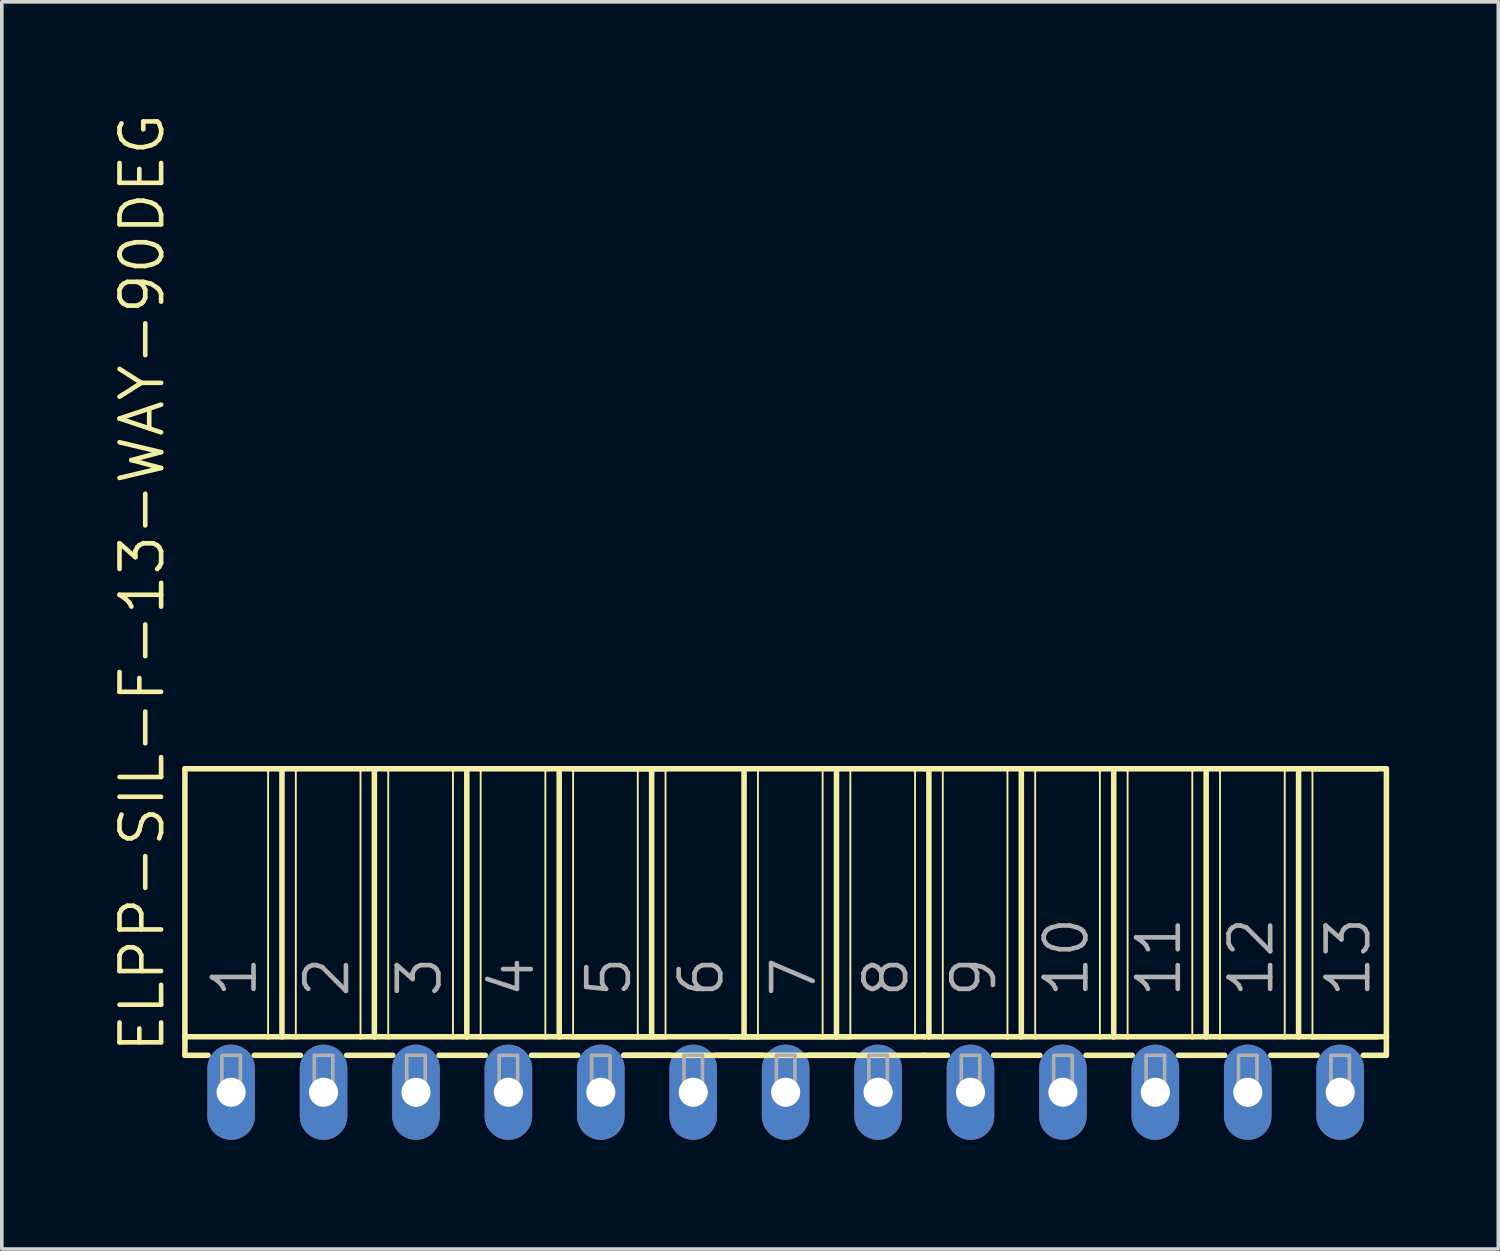
<source format=kicad_pcb>
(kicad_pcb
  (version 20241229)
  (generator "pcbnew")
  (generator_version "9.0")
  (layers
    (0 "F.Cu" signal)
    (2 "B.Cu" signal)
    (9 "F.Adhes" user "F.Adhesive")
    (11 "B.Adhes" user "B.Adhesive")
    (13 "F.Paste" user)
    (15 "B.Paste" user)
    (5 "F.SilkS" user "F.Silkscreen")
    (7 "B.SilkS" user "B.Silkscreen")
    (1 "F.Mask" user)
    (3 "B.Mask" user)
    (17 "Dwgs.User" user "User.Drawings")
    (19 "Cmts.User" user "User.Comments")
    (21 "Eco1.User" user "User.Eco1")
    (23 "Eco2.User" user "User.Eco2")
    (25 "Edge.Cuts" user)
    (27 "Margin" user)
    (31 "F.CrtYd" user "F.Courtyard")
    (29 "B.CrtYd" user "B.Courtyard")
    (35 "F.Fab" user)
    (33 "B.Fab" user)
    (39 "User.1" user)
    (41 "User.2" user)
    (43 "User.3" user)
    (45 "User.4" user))
  (footprint "ELPP-SIL-F-13-WAY-90DEG"
    (layer "F.Cu")
    (at 18.542 26.968)
    (property "Reference" "ELPP-SIL-F-13-WAY-90DEG" (at -17.018 -1.016 90) (unlocked yes) (layer "F.SilkS") (effects (font (size 1.143 1.143) (thickness 0.127)) (justify left bottom)))
    (fp_line (start -16.51 -8.89) (end -14.224 -8.89) (stroke (width 0.152) (type solid)) (layer "F.SilkS"))
    (fp_line (start -16.51 -1.524) (end -16.51 -8.89) (stroke (width 0.152) (type solid)) (layer "F.SilkS"))
    (fp_line (start -16.51 -1.524) (end -14.224 -1.524) (stroke (width 0.152) (type solid)) (layer "F.SilkS"))
    (fp_line (start -16.51 -1.016) (end -16.51 -1.524) (stroke (width 0.152) (type solid)) (layer "F.SilkS"))
    (fp_line (start -16.51 -1.016) (end -15.875 -1.016) (stroke (width 0.152) (type solid)) (layer "F.SilkS"))
    (fp_line (start -14.605 -1.016) (end -13.335 -1.016) (stroke (width 0.152) (type solid)) (layer "F.SilkS"))
    (fp_line (start -14.224 -8.89) (end -14.224 -1.524) (stroke (width 0.051) (type solid)) (layer "F.SilkS"))
    (fp_line (start -14.224 -8.89) (end -13.843 -8.89) (stroke (width 0.152) (type solid)) (layer "F.SilkS"))
    (fp_line (start -14.224 -1.524) (end -13.843 -1.524) (stroke (width 0.152) (type solid)) (layer "F.SilkS"))
    (fp_line (start -13.843 -8.89) (end -13.843 -1.524) (stroke (width 0.152) (type solid)) (layer "F.SilkS"))
    (fp_line (start -13.843 -8.89) (end -13.462 -8.89) (stroke (width 0.152) (type solid)) (layer "F.SilkS"))
    (fp_line (start -13.843 -1.524) (end -13.462 -1.524) (stroke (width 0.152) (type solid)) (layer "F.SilkS"))
    (fp_line (start -13.462 -8.89) (end -13.462 -1.524) (stroke (width 0.051) (type solid)) (layer "F.SilkS"))
    (fp_line (start -13.462 -8.89) (end -11.684 -8.89) (stroke (width 0.152) (type solid)) (layer "F.SilkS"))
    (fp_line (start -13.462 -1.524) (end -11.684 -1.524) (stroke (width 0.152) (type solid)) (layer "F.SilkS"))
    (fp_line (start -12.065 -1.016) (end -10.795 -1.016) (stroke (width 0.152) (type solid)) (layer "F.SilkS"))
    (fp_line (start -11.684 -8.89) (end -11.684 -1.524) (stroke (width 0.051) (type solid)) (layer "F.SilkS"))
    (fp_line (start -11.684 -8.89) (end -11.303 -8.89) (stroke (width 0.152) (type solid)) (layer "F.SilkS"))
    (fp_line (start -11.684 -1.524) (end -11.303 -1.524) (stroke (width 0.152) (type solid)) (layer "F.SilkS"))
    (fp_line (start -11.303 -8.89) (end -11.303 -1.524) (stroke (width 0.152) (type solid)) (layer "F.SilkS"))
    (fp_line (start -11.303 -8.89) (end -10.922 -8.89) (stroke (width 0.152) (type solid)) (layer "F.SilkS"))
    (fp_line (start -11.303 -1.524) (end -10.922 -1.524) (stroke (width 0.152) (type solid)) (layer "F.SilkS"))
    (fp_line (start -10.922 -8.89) (end -10.922 -1.524) (stroke (width 0.051) (type solid)) (layer "F.SilkS"))
    (fp_line (start -10.922 -8.89) (end -9.144 -8.89) (stroke (width 0.152) (type solid)) (layer "F.SilkS"))
    (fp_line (start -10.922 -1.524) (end -9.144 -1.524) (stroke (width 0.152) (type solid)) (layer "F.SilkS"))
    (fp_line (start -9.525 -1.016) (end -8.255 -1.016) (stroke (width 0.152) (type solid)) (layer "F.SilkS"))
    (fp_line (start -9.144 -8.89) (end -9.144 -1.524) (stroke (width 0.051) (type solid)) (layer "F.SilkS"))
    (fp_line (start -9.144 -8.89) (end -8.763 -8.89) (stroke (width 0.152) (type solid)) (layer "F.SilkS"))
    (fp_line (start -9.144 -1.524) (end -8.763 -1.524) (stroke (width 0.152) (type solid)) (layer "F.SilkS"))
    (fp_line (start -8.763 -8.89) (end -8.763 -1.524) (stroke (width 0.152) (type solid)) (layer "F.SilkS"))
    (fp_line (start -8.763 -8.89) (end -8.382 -8.89) (stroke (width 0.152) (type solid)) (layer "F.SilkS"))
    (fp_line (start -8.763 -1.524) (end -8.382 -1.524) (stroke (width 0.152) (type solid)) (layer "F.SilkS"))
    (fp_line (start -8.382 -8.89) (end -8.382 -1.524) (stroke (width 0.051) (type solid)) (layer "F.SilkS"))
    (fp_line (start -8.382 -8.89) (end -6.604 -8.89) (stroke (width 0.152) (type solid)) (layer "F.SilkS"))
    (fp_line (start -8.382 -1.524) (end -6.604 -1.524) (stroke (width 0.152) (type solid)) (layer "F.SilkS"))
    (fp_line (start -6.985 -1.016) (end -5.715 -1.016) (stroke (width 0.152) (type solid)) (layer "F.SilkS"))
    (fp_line (start -6.604 -8.89) (end -6.604 -1.524) (stroke (width 0.051) (type solid)) (layer "F.SilkS"))
    (fp_line (start -6.604 -8.89) (end -6.223 -8.89) (stroke (width 0.152) (type solid)) (layer "F.SilkS"))
    (fp_line (start -6.604 -1.524) (end -6.223 -1.524) (stroke (width 0.152) (type solid)) (layer "F.SilkS"))
    (fp_line (start -6.223 -8.89) (end -6.223 -1.524) (stroke (width 0.152) (type solid)) (layer "F.SilkS"))
    (fp_line (start -6.223 -8.89) (end -5.842 -8.89) (stroke (width 0.152) (type solid)) (layer "F.SilkS"))
    (fp_line (start -6.223 -1.524) (end -5.842 -1.524) (stroke (width 0.152) (type solid)) (layer "F.SilkS"))
    (fp_line (start -5.842 -8.89) (end -5.842 -1.524) (stroke (width 0.051) (type solid)) (layer "F.SilkS"))
    (fp_line (start -5.842 -8.89) (end -4.064 -8.89) (stroke (width 0.152) (type solid)) (layer "F.SilkS"))
    (fp_line (start -5.842 -8.89) (end 3.556 -8.89) (stroke (width 0.152) (type solid)) (layer "F.SilkS"))
    (fp_line (start -5.842 -1.524) (end -4.064 -1.524) (stroke (width 0.152) (type solid)) (layer "F.SilkS"))
    (fp_line (start -5.842 -1.524) (end 3.556 -1.524) (stroke (width 0.152) (type solid)) (layer "F.SilkS"))
    (fp_line (start -4.445 -1.016) (end -3.175 -1.016) (stroke (width 0.152) (type solid)) (layer "F.SilkS"))
    (fp_line (start -4.445 -1.016) (end 3.81 -1.016) (stroke (width 0.152) (type solid)) (layer "F.SilkS"))
    (fp_line (start -4.064 -8.89) (end -4.064 -1.524) (stroke (width 0.051) (type solid)) (layer "F.SilkS"))
    (fp_line (start -4.064 -8.89) (end -3.683 -8.89) (stroke (width 0.152) (type solid)) (layer "F.SilkS"))
    (fp_line (start -4.064 -1.524) (end -3.683 -1.524) (stroke (width 0.152) (type solid)) (layer "F.SilkS"))
    (fp_line (start -3.683 -8.89) (end -3.683 -1.524) (stroke (width 0.152) (type solid)) (layer "F.SilkS"))
    (fp_line (start -3.683 -8.89) (end -3.302 -8.89) (stroke (width 0.152) (type solid)) (layer "F.SilkS"))
    (fp_line (start -3.683 -1.524) (end -3.302 -1.524) (stroke (width 0.152) (type solid)) (layer "F.SilkS"))
    (fp_line (start -3.302 -8.89) (end -3.302 -1.524) (stroke (width 0.051) (type solid)) (layer "F.SilkS"))
    (fp_line (start -1.905 -1.016) (end -0.635 -1.016) (stroke (width 0.152) (type solid)) (layer "F.SilkS"))
    (fp_line (start -1.524 -1.524) (end -1.143 -1.524) (stroke (width 0.152) (type solid)) (layer "F.SilkS"))
    (fp_line (start -1.143 -8.89) (end -1.143 -1.524) (stroke (width 0.152) (type solid)) (layer "F.SilkS"))
    (fp_line (start -1.143 -1.524) (end -0.762 -1.524) (stroke (width 0.152) (type solid)) (layer "F.SilkS"))
    (fp_line (start -0.762 -8.89) (end -0.762 -1.524) (stroke (width 0.051) (type solid)) (layer "F.SilkS"))
    (fp_line (start -0.762 -1.524) (end 1.016 -1.524) (stroke (width 0.152) (type solid)) (layer "F.SilkS"))
    (fp_line (start 0.635 -1.016) (end 1.905 -1.016) (stroke (width 0.152) (type solid)) (layer "F.SilkS"))
    (fp_line (start 1.016 -8.89) (end 1.016 -1.524) (stroke (width 0.051) (type solid)) (layer "F.SilkS"))
    (fp_line (start 1.016 -1.524) (end 1.397 -1.524) (stroke (width 0.152) (type solid)) (layer "F.SilkS"))
    (fp_line (start 1.397 -8.89) (end 1.397 -1.524) (stroke (width 0.152) (type solid)) (layer "F.SilkS"))
    (fp_line (start 1.397 -1.524) (end 1.778 -1.524) (stroke (width 0.152) (type solid)) (layer "F.SilkS"))
    (fp_line (start 1.778 -8.89) (end 1.778 -1.524) (stroke (width 0.051) (type solid)) (layer "F.SilkS"))
    (fp_line (start 3.556 -8.89) (end 3.556 -1.524) (stroke (width 0.051) (type solid)) (layer "F.SilkS"))
    (fp_line (start 3.556 -8.89) (end 3.81 -8.89) (stroke (width 0.152) (type solid)) (layer "F.SilkS"))
    (fp_line (start 3.556 -1.524) (end 3.81 -1.524) (stroke (width 0.152) (type solid)) (layer "F.SilkS"))
    (fp_line (start 3.81 -8.89) (end 3.937 -8.89) (stroke (width 0.152) (type solid)) (layer "F.SilkS"))
    (fp_line (start 3.81 -1.524) (end 3.937 -1.524) (stroke (width 0.152) (type solid)) (layer "F.SilkS"))
    (fp_line (start 3.81 -1.016) (end 4.445 -1.016) (stroke (width 0.152) (type solid)) (layer "F.SilkS"))
    (fp_line (start 3.937 -8.89) (end 3.937 -1.524) (stroke (width 0.152) (type solid)) (layer "F.SilkS"))
    (fp_line (start 3.937 -8.89) (end 4.318 -8.89) (stroke (width 0.152) (type solid)) (layer "F.SilkS"))
    (fp_line (start 3.937 -1.524) (end 4.318 -1.524) (stroke (width 0.152) (type solid)) (layer "F.SilkS"))
    (fp_line (start 4.318 -8.89) (end 4.318 -1.524) (stroke (width 0.051) (type solid)) (layer "F.SilkS"))
    (fp_line (start 4.318 -8.89) (end 6.096 -8.89) (stroke (width 0.152) (type solid)) (layer "F.SilkS"))
    (fp_line (start 4.318 -1.524) (end 6.096 -1.524) (stroke (width 0.152) (type solid)) (layer "F.SilkS"))
    (fp_line (start 5.715 -1.016) (end 6.985 -1.016) (stroke (width 0.152) (type solid)) (layer "F.SilkS"))
    (fp_line (start 6.096 -8.89) (end 6.096 -1.524) (stroke (width 0.051) (type solid)) (layer "F.SilkS"))
    (fp_line (start 6.096 -8.89) (end 6.477 -8.89) (stroke (width 0.152) (type solid)) (layer "F.SilkS"))
    (fp_line (start 6.096 -1.524) (end 6.477 -1.524) (stroke (width 0.152) (type solid)) (layer "F.SilkS"))
    (fp_line (start 6.477 -8.89) (end 6.477 -1.524) (stroke (width 0.152) (type solid)) (layer "F.SilkS"))
    (fp_line (start 6.477 -8.89) (end 6.858 -8.89) (stroke (width 0.152) (type solid)) (layer "F.SilkS"))
    (fp_line (start 6.477 -1.524) (end 6.858 -1.524) (stroke (width 0.152) (type solid)) (layer "F.SilkS"))
    (fp_line (start 6.858 -8.89) (end 6.858 -1.524) (stroke (width 0.051) (type solid)) (layer "F.SilkS"))
    (fp_line (start 6.858 -8.89) (end 8.636 -8.89) (stroke (width 0.152) (type solid)) (layer "F.SilkS"))
    (fp_line (start 6.858 -1.524) (end 8.636 -1.524) (stroke (width 0.152) (type solid)) (layer "F.SilkS"))
    (fp_line (start 8.255 -1.016) (end 9.525 -1.016) (stroke (width 0.152) (type solid)) (layer "F.SilkS"))
    (fp_line (start 8.636 -8.89) (end 8.636 -1.524) (stroke (width 0.051) (type solid)) (layer "F.SilkS"))
    (fp_line (start 8.636 -8.89) (end 9.017 -8.89) (stroke (width 0.152) (type solid)) (layer "F.SilkS"))
    (fp_line (start 8.636 -1.524) (end 9.017 -1.524) (stroke (width 0.152) (type solid)) (layer "F.SilkS"))
    (fp_line (start 9.017 -8.89) (end 9.017 -1.524) (stroke (width 0.152) (type solid)) (layer "F.SilkS"))
    (fp_line (start 9.017 -8.89) (end 9.398 -8.89) (stroke (width 0.152) (type solid)) (layer "F.SilkS"))
    (fp_line (start 9.017 -1.524) (end 9.398 -1.524) (stroke (width 0.152) (type solid)) (layer "F.SilkS"))
    (fp_line (start 9.398 -8.89) (end 9.398 -1.524) (stroke (width 0.051) (type solid)) (layer "F.SilkS"))
    (fp_line (start 9.398 -8.89) (end 11.176 -8.89) (stroke (width 0.152) (type solid)) (layer "F.SilkS"))
    (fp_line (start 9.398 -1.524) (end 11.176 -1.524) (stroke (width 0.152) (type solid)) (layer "F.SilkS"))
    (fp_line (start 10.795 -1.016) (end 12.065 -1.016) (stroke (width 0.152) (type solid)) (layer "F.SilkS"))
    (fp_line (start 11.176 -8.89) (end 11.176 -1.524) (stroke (width 0.051) (type solid)) (layer "F.SilkS"))
    (fp_line (start 11.176 -8.89) (end 11.557 -8.89) (stroke (width 0.152) (type solid)) (layer "F.SilkS"))
    (fp_line (start 11.176 -1.524) (end 11.557 -1.524) (stroke (width 0.152) (type solid)) (layer "F.SilkS"))
    (fp_line (start 11.557 -8.89) (end 11.557 -1.524) (stroke (width 0.152) (type solid)) (layer "F.SilkS"))
    (fp_line (start 11.557 -8.89) (end 11.938 -8.89) (stroke (width 0.152) (type solid)) (layer "F.SilkS"))
    (fp_line (start 11.557 -1.524) (end 11.938 -1.524) (stroke (width 0.152) (type solid)) (layer "F.SilkS"))
    (fp_line (start 11.938 -8.89) (end 11.938 -1.524) (stroke (width 0.051) (type solid)) (layer "F.SilkS"))
    (fp_line (start 11.938 -8.89) (end 13.716 -8.89) (stroke (width 0.152) (type solid)) (layer "F.SilkS"))
    (fp_line (start 11.938 -1.524) (end 13.716 -1.524) (stroke (width 0.152) (type solid)) (layer "F.SilkS"))
    (fp_line (start 13.335 -1.016) (end 14.605 -1.016) (stroke (width 0.152) (type solid)) (layer "F.SilkS"))
    (fp_line (start 13.716 -8.89) (end 13.716 -1.524) (stroke (width 0.051) (type solid)) (layer "F.SilkS"))
    (fp_line (start 13.716 -8.89) (end 14.097 -8.89) (stroke (width 0.152) (type solid)) (layer "F.SilkS"))
    (fp_line (start 13.716 -1.524) (end 14.097 -1.524) (stroke (width 0.152) (type solid)) (layer "F.SilkS"))
    (fp_line (start 14.097 -8.89) (end 14.097 -1.524) (stroke (width 0.152) (type solid)) (layer "F.SilkS"))
    (fp_line (start 14.097 -8.89) (end 14.478 -8.89) (stroke (width 0.152) (type solid)) (layer "F.SilkS"))
    (fp_line (start 14.097 -1.524) (end 14.478 -1.524) (stroke (width 0.152) (type solid)) (layer "F.SilkS"))
    (fp_line (start 14.478 -8.89) (end 14.478 -1.524) (stroke (width 0.051) (type solid)) (layer "F.SilkS"))
    (fp_line (start 14.478 -8.89) (end 16.256 -8.89) (stroke (width 0.152) (type solid)) (layer "F.SilkS"))
    (fp_line (start 14.478 -8.89) (end 16.51 -8.89) (stroke (width 0.152) (type solid)) (layer "F.SilkS"))
    (fp_line (start 14.478 -1.524) (end 16.256 -1.524) (stroke (width 0.152) (type solid)) (layer "F.SilkS"))
    (fp_line (start 14.478 -1.524) (end 16.51 -1.524) (stroke (width 0.152) (type solid)) (layer "F.SilkS"))
    (fp_line (start 15.875 -1.016) (end 16.51 -1.016) (stroke (width 0.152) (type solid)) (layer "F.SilkS"))
    (fp_line (start 16.51 -8.89) (end 16.51 -1.524) (stroke (width 0.152) (type solid)) (layer "F.SilkS"))
    (fp_line (start 16.51 -1.524) (end 16.51 -1.016) (stroke (width 0.152) (type solid)) (layer "F.SilkS"))
    (fp_poly (pts (xy -15.494 0) (xy -14.986 0) (xy -14.986 -1.016) (xy -15.494 -1.016)) (stroke (width 0.1) (type default)) (fill no) (layer "F.Fab"))
    (fp_poly (pts (xy -12.954 0) (xy -12.446 0) (xy -12.446 -1.016) (xy -12.954 -1.016)) (stroke (width 0.1) (type default)) (fill no) (layer "F.Fab"))
    (fp_poly (pts (xy -10.414 0) (xy -9.906 0) (xy -9.906 -1.016) (xy -10.414 -1.016)) (stroke (width 0.1) (type default)) (fill no) (layer "F.Fab"))
    (fp_poly (pts (xy -7.874 0) (xy -7.366 0) (xy -7.366 -1.016) (xy -7.874 -1.016)) (stroke (width 0.1) (type default)) (fill no) (layer "F.Fab"))
    (fp_poly (pts (xy -5.334 0) (xy -4.826 0) (xy -4.826 -1.016) (xy -5.334 -1.016)) (stroke (width 0.1) (type default)) (fill no) (layer "F.Fab"))
    (fp_poly (pts (xy -2.794 0) (xy -2.286 0) (xy -2.286 -1.016) (xy -2.794 -1.016)) (stroke (width 0.1) (type default)) (fill no) (layer "F.Fab"))
    (fp_poly (pts (xy -0.254 0) (xy 0.254 0) (xy 0.254 -1.016) (xy -0.254 -1.016)) (stroke (width 0.1) (type default)) (fill no) (layer "F.Fab"))
    (fp_poly (pts (xy 2.286 0) (xy 2.794 0) (xy 2.794 -1.016) (xy 2.286 -1.016)) (stroke (width 0.1) (type default)) (fill no) (layer "F.Fab"))
    (fp_poly (pts (xy 4.826 0) (xy 5.334 0) (xy 5.334 -1.016) (xy 4.826 -1.016)) (stroke (width 0.1) (type default)) (fill no) (layer "F.Fab"))
    (fp_poly (pts (xy 7.366 0) (xy 7.874 0) (xy 7.874 -1.016) (xy 7.366 -1.016)) (stroke (width 0.1) (type default)) (fill no) (layer "F.Fab"))
    (fp_poly (pts (xy 9.906 0) (xy 10.414 0) (xy 10.414 -1.016) (xy 9.906 -1.016)) (stroke (width 0.1) (type default)) (fill no) (layer "F.Fab"))
    (fp_poly (pts (xy 12.446 0) (xy 12.954 0) (xy 12.954 -1.016) (xy 12.446 -1.016)) (stroke (width 0.1) (type default)) (fill no) (layer "F.Fab"))
    (fp_poly (pts (xy 14.986 0) (xy 15.494 0) (xy 15.494 -1.016) (xy 14.986 -1.016)) (stroke (width 0.1) (type default)) (fill no) (layer "F.Fab"))
    (fp_text user "9" (at 5.842 -2.54 90) (layer "F.Fab") (effects (font (size 1.143 1.143) (thickness 0.127)) (justify left bottom)))
    (fp_text user "13" (at 16.129 -2.54 90) (layer "F.Fab") (effects (font (size 1.143 1.143) (thickness 0.127)) (justify left bottom)))
    (fp_text user "12" (at 13.462 -2.54 90) (layer "F.Fab") (effects (font (size 1.143 1.143) (thickness 0.127)) (justify left bottom)))
    (fp_text user "11" (at 10.922 -2.54 90) (layer "F.Fab") (effects (font (size 1.143 1.143) (thickness 0.127)) (justify left bottom)))
    (fp_text user "7" (at 0.889 -2.54 90) (layer "F.Fab") (effects (font (size 1.143 1.143) (thickness 0.127)) (justify left bottom)))
    (fp_text user "6" (at -1.651 -2.54 90) (layer "F.Fab") (effects (font (size 1.143 1.143) (thickness 0.127)) (justify left bottom)))
    (fp_text user "3" (at -9.398 -2.54 90) (layer "F.Fab") (effects (font (size 1.143 1.143) (thickness 0.127)) (justify left bottom)))
    (fp_text user "4" (at -6.858 -2.54 90) (layer "F.Fab") (effects (font (size 1.143 1.143) (thickness 0.127)) (justify left bottom)))
    (fp_text user "2" (at -11.938 -2.54 90) (layer "F.Fab") (effects (font (size 1.143 1.143) (thickness 0.127)) (justify left bottom)))
    (fp_text user "5" (at -4.191 -2.54 90) (layer "F.Fab") (effects (font (size 1.143 1.143) (thickness 0.127)) (justify left bottom)))
    (fp_text user "10" (at 8.382 -2.54 90) (layer "F.Fab") (effects (font (size 1.143 1.143) (thickness 0.127)) (justify left bottom)))
    (fp_text user "1" (at -14.478 -2.54 90) (layer "F.Fab") (effects (font (size 1.143 1.143) (thickness 0.127)) (justify left bottom)))
    (fp_text user "8" (at 3.429 -2.54 90) (layer "F.Fab") (effects (font (size 1.143 1.143) (thickness 0.127)) (justify left bottom)))
    (pad "1" thru_hole oval (at -15.24 0 90) (size 2.616 1.308) (drill 0.8) (layers "*.Cu" "*.Mask"))
    (pad "2" thru_hole oval (at -12.7 0 90) (size 2.616 1.308) (drill 0.8) (layers "*.Cu" "*.Mask"))
    (pad "3" thru_hole oval (at -10.16 0 90) (size 2.616 1.308) (drill 0.8) (layers "*.Cu" "*.Mask"))
    (pad "4" thru_hole oval (at -7.62 0 90) (size 2.616 1.308) (drill 0.8) (layers "*.Cu" "*.Mask"))
    (pad "5" thru_hole oval (at -5.08 0 90) (size 2.616 1.308) (drill 0.8) (layers "*.Cu" "*.Mask"))
    (pad "6" thru_hole oval (at -2.54 0 90) (size 2.616 1.308) (drill 0.8) (layers "*.Cu" "*.Mask"))
    (pad "7" thru_hole oval (at 0 0 90) (size 2.616 1.308) (drill 0.8) (layers "*.Cu" "*.Mask"))
    (pad "8" thru_hole oval (at 2.54 0 90) (size 2.616 1.308) (drill 0.8) (layers "*.Cu" "*.Mask"))
    (pad "9" thru_hole oval (at 5.08 0 90) (size 2.616 1.308) (drill 0.8) (layers "*.Cu" "*.Mask"))
    (pad "10" thru_hole oval (at 7.62 0 90) (size 2.616 1.308) (drill 0.8) (layers "*.Cu" "*.Mask"))
    (pad "11" thru_hole oval (at 10.16 0 90) (size 2.616 1.308) (drill 0.8) (layers "*.Cu" "*.Mask"))
    (pad "12" thru_hole oval (at 12.7 0 90) (size 2.616 1.308) (drill 0.8) (layers "*.Cu" "*.Mask"))
    (pad "13" thru_hole oval (at 15.24 0 90) (size 2.616 1.308) (drill 0.8) (layers "*.Cu" "*.Mask")))
  (gr_rect
    (start -3 -3)
    (end 38.128 31.276)
    (stroke (width 0.1) (type default))
    (fill no)
    (layer "Edge.Cuts")))
</source>
